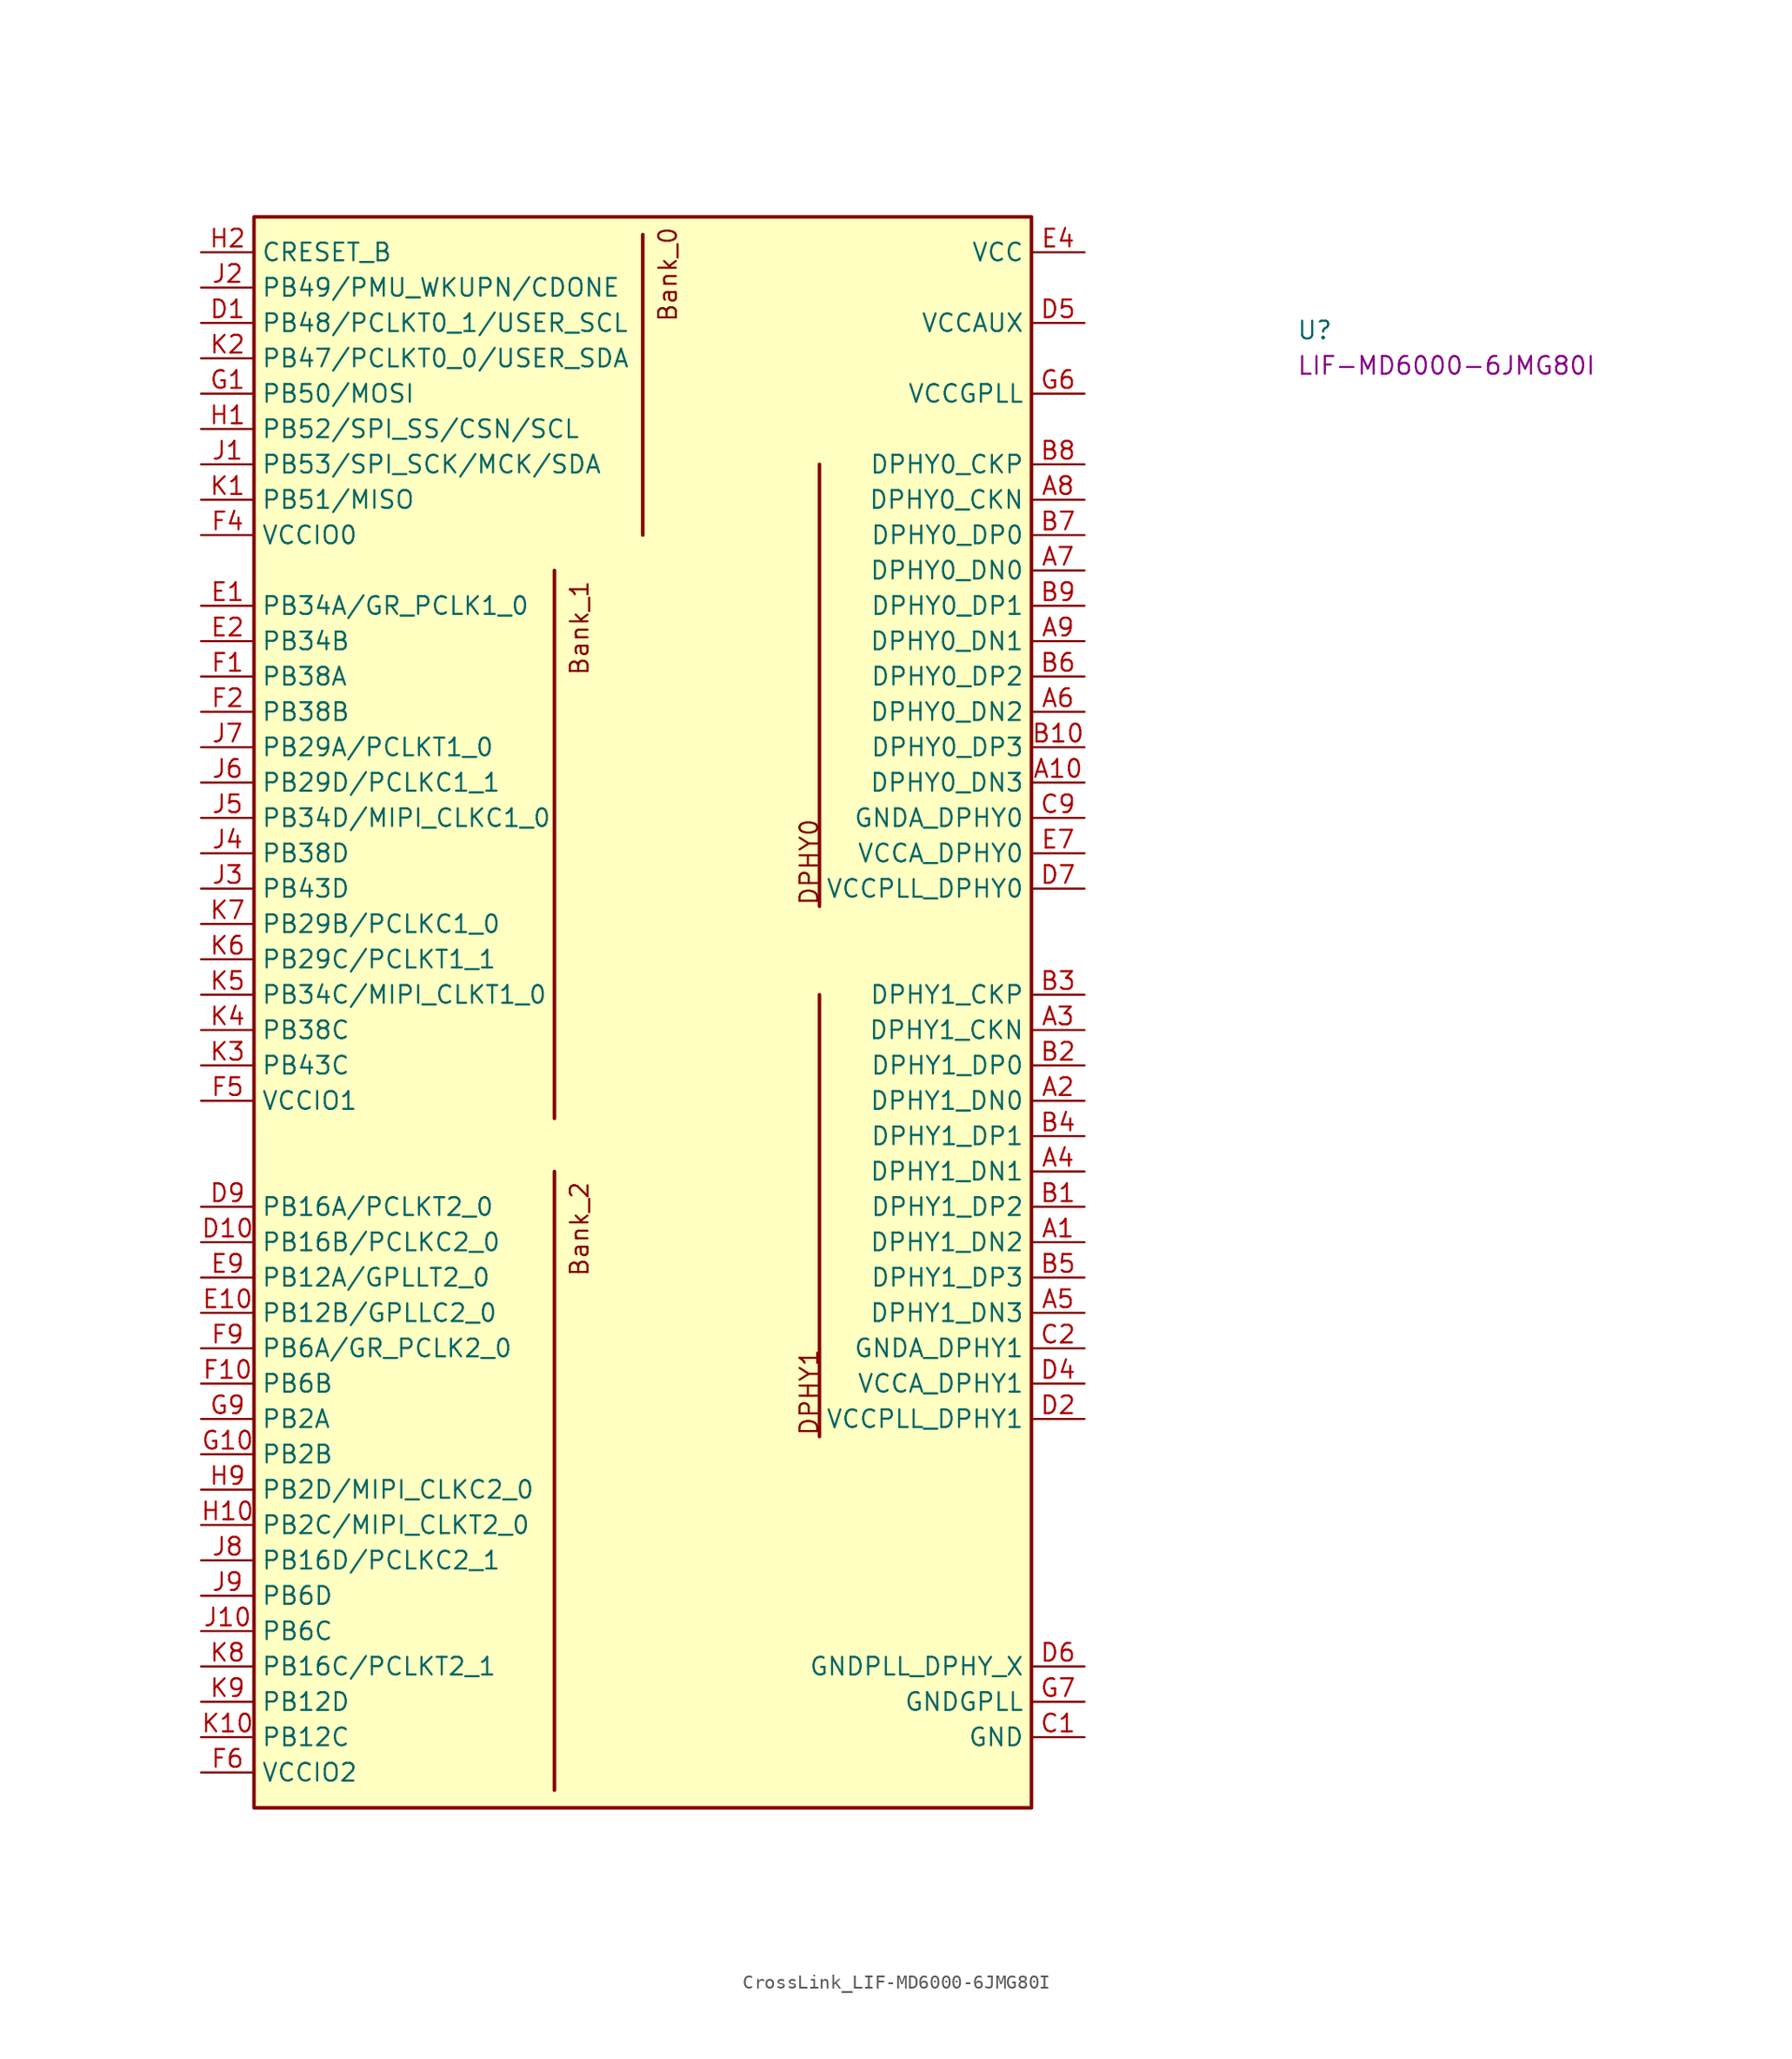
<source format=kicad_sym>
(kicad_symbol_lib
  (version 20211014)
  (generator kicad_symbol_editor)
  (symbol "CrossLink_LIF-MD6000-6JMG80I"
    (property "Reference" "U"
      (at 78.74 -6.35 0)
      (effects (font (size 1.27 1.27) (thickness 0.15)) (justify left bottom)))
    (property "MPN" "LIF-MD6000-6JMG80I"
      (at 78.74 -8.89 0)
      (effects (font (size 1.27 1.27) (thickness 0.15)) (justify left bottom)))
    (symbol "CrossLink_LIF-MD6000-6JMG80I_1_1"
      (polyline (pts (xy 25.4 -66.04) (xy 25.4 -110.49)) (stroke (width 0.254) (type default) (color 0 0 0 0)) (fill (type background)))
      (polyline (pts (xy 25.4 -22.86) (xy 25.4 -62.23)) (stroke (width 0.254) (type default) (color 0 0 0 0)) (fill (type background)))
      (polyline (pts (xy 31.75 -20.32) (xy 31.75 1.27)) (stroke (width 0.254) (type default) (color 0 0 0 0)) (fill (type background)))
      (polyline (pts (xy 44.45 -53.34) (xy 44.45 -85.09)) (stroke (width 0.254) (type default) (color 0 0 0 0)) (fill (type background)))
      (polyline (pts (xy 44.45 -46.99) (xy 44.45 -15.24)) (stroke (width 0.254) (type default) (color 0 0 0 0)) (fill (type background)))
      (rectangle (start 3.81 2.54) (end 59.69 -111.76) (stroke (width 0.254) (type default) (color 0 0 0 0)) (fill (type background)))
      (text "Bank_0" (at 34.29 -5.08 900) (effects (font (size 1.27 1.27) (thickness 0.15)) (justify left bottom)))
      (text "Bank_1" (at 27.94 -30.48 900) (effects (font (size 1.27 1.27) (thickness 0.15)) (justify left bottom)))
      (text "Bank_2" (at 27.94 -73.66 900) (effects (font (size 1.27 1.27) (thickness 0.15)) (justify left bottom)))
      (text "DPHY0" (at 44.45 -46.99 900) (effects (font (size 1.27 1.27) (thickness 0.15)) (justify left bottom)))
      (text "DPHY1" (at 44.45 -85.09 900) (effects (font (size 1.27 1.27) (thickness 0.15)) (justify left bottom)))
      (pin bidirectional line (at 63.5 -71.12 180) (length 3.81) (name "DPHY1_DN2" (effects (font (size 1.27 1.27)))) (number "A1" (effects (font (size 1.27 1.27)))))
      (pin bidirectional line (at 63.5 -38.1 180) (length 3.81) (name "DPHY0_DN3" (effects (font (size 1.27 1.27)))) (number "A10" (effects (font (size 1.27 1.27)))))
      (pin bidirectional line (at 63.5 -60.96 180) (length 3.81) (name "DPHY1_DN0" (effects (font (size 1.27 1.27)))) (number "A2" (effects (font (size 1.27 1.27)))))
      (pin bidirectional line (at 63.5 -55.88 180) (length 3.81) (name "DPHY1_CKN" (effects (font (size 1.27 1.27)))) (number "A3" (effects (font (size 1.27 1.27)))))
      (pin bidirectional line (at 63.5 -66.04 180) (length 3.81) (name "DPHY1_DN1" (effects (font (size 1.27 1.27)))) (number "A4" (effects (font (size 1.27 1.27)))))
      (pin bidirectional line (at 63.5 -76.2 180) (length 3.81) (name "DPHY1_DN3" (effects (font (size 1.27 1.27)))) (number "A5" (effects (font (size 1.27 1.27)))))
      (pin bidirectional line (at 63.5 -33.02 180) (length 3.81) (name "DPHY0_DN2" (effects (font (size 1.27 1.27)))) (number "A6" (effects (font (size 1.27 1.27)))))
      (pin bidirectional line (at 63.5 -22.86 180) (length 3.81) (name "DPHY0_DN0" (effects (font (size 1.27 1.27)))) (number "A7" (effects (font (size 1.27 1.27)))))
      (pin bidirectional line (at 63.5 -17.78 180) (length 3.81) (name "DPHY0_CKN" (effects (font (size 1.27 1.27)))) (number "A8" (effects (font (size 1.27 1.27)))))
      (pin bidirectional line (at 63.5 -27.94 180) (length 3.81) (name "DPHY0_DN1" (effects (font (size 1.27 1.27)))) (number "A9" (effects (font (size 1.27 1.27)))))
      (pin bidirectional line (at 63.5 -68.58 180) (length 3.81) (name "DPHY1_DP2" (effects (font (size 1.27 1.27)))) (number "B1" (effects (font (size 1.27 1.27)))))
      (pin bidirectional line (at 63.5 -35.56 180) (length 3.81) (name "DPHY0_DP3" (effects (font (size 1.27 1.27)))) (number "B10" (effects (font (size 1.27 1.27)))))
      (pin bidirectional line (at 63.5 -58.42 180) (length 3.81) (name "DPHY1_DP0" (effects (font (size 1.27 1.27)))) (number "B2" (effects (font (size 1.27 1.27)))))
      (pin bidirectional line (at 63.5 -53.34 180) (length 3.81) (name "DPHY1_CKP" (effects (font (size 1.27 1.27)))) (number "B3" (effects (font (size 1.27 1.27)))))
      (pin bidirectional line (at 63.5 -63.5 180) (length 3.81) (name "DPHY1_DP1" (effects (font (size 1.27 1.27)))) (number "B4" (effects (font (size 1.27 1.27)))))
      (pin bidirectional line (at 63.5 -73.66 180) (length 3.81) (name "DPHY1_DP3" (effects (font (size 1.27 1.27)))) (number "B5" (effects (font (size 1.27 1.27)))))
      (pin bidirectional line (at 63.5 -30.48 180) (length 3.81) (name "DPHY0_DP2" (effects (font (size 1.27 1.27)))) (number "B6" (effects (font (size 1.27 1.27)))))
      (pin bidirectional line (at 63.5 -20.32 180) (length 3.81) (name "DPHY0_DP0" (effects (font (size 1.27 1.27)))) (number "B7" (effects (font (size 1.27 1.27)))))
      (pin bidirectional line (at 63.5 -15.24 180) (length 3.81) (name "DPHY0_CKP" (effects (font (size 1.27 1.27)))) (number "B8" (effects (font (size 1.27 1.27)))))
      (pin bidirectional line (at 63.5 -25.4 180) (length 3.81) (name "DPHY0_DP1" (effects (font (size 1.27 1.27)))) (number "B9" (effects (font (size 1.27 1.27)))))
      (pin power_in line (at 63.5 -106.68 180) (length 3.81) (name "GND" (effects (font (size 1.27 1.27)))) (number "C1" (effects (font (size 1.27 1.27)))))
      (pin passive line (at 63.5 -106.68 180) (length 3.81) hide (name "GND" (effects (font (size 1.27 1.27)))) (number "C10" (effects (font (size 1.27 1.27)))))
      (pin power_in line (at 63.5 -78.74 180) (length 3.81) (name "GNDA_DPHY1" (effects (font (size 1.27 1.27)))) (number "C2" (effects (font (size 1.27 1.27)))))
      (pin power_in line (at 63.5 -40.64 180) (length 3.81) (name "GNDA_DPHY0" (effects (font (size 1.27 1.27)))) (number "C9" (effects (font (size 1.27 1.27)))))
      (pin bidirectional line (at 0 -5.08 0) (length 3.81) (name "PB48/PCLKT0_1/USER_SCL" (effects (font (size 1.27 1.27)))) (number "D1" (effects (font (size 1.27 1.27)))))
      (pin bidirectional line (at 0 -71.12 0) (length 3.81) (name "PB16B/PCLKC2_0" (effects (font (size 1.27 1.27)))) (number "D10" (effects (font (size 1.27 1.27)))))
      (pin power_in line (at 63.5 -83.82 180) (length 3.81) (name "VCCPLL_DPHY1" (effects (font (size 1.27 1.27)))) (number "D2" (effects (font (size 1.27 1.27)))))
      (pin power_in line (at 63.5 -81.28 180) (length 3.81) (name "VCCA_DPHY1" (effects (font (size 1.27 1.27)))) (number "D4" (effects (font (size 1.27 1.27)))))
      (pin power_in line (at 63.5 -5.08 180) (length 3.81) (name "VCCAUX" (effects (font (size 1.27 1.27)))) (number "D5" (effects (font (size 1.27 1.27)))))
      (pin power_in line (at 63.5 -101.6 180) (length 3.81) (name "GNDPLL_DPHY_X" (effects (font (size 1.27 1.27)))) (number "D6" (effects (font (size 1.27 1.27)))))
      (pin bidirectional line (at 63.5 -45.72 180) (length 3.81) (name "VCCPLL_DPHY0" (effects (font (size 1.27 1.27)))) (number "D7" (effects (font (size 1.27 1.27)))))
      (pin bidirectional line (at 0 -68.58 0) (length 3.81) (name "PB16A/PCLKT2_0" (effects (font (size 1.27 1.27)))) (number "D9" (effects (font (size 1.27 1.27)))))
      (pin input line (at 0 -25.4 0) (length 3.81) (name "PB34A/GR_PCLK1_0" (effects (font (size 1.27 1.27)))) (number "E1" (effects (font (size 1.27 1.27)))))
      (pin input line (at 0 -76.2 0) (length 3.81) (name "PB12B/GPLLC2_0" (effects (font (size 1.27 1.27)))) (number "E10" (effects (font (size 1.27 1.27)))))
      (pin bidirectional line (at 0 -27.94 0) (length 3.81) (name "PB34B" (effects (font (size 1.27 1.27)))) (number "E2" (effects (font (size 1.27 1.27)))))
      (pin power_in line (at 63.5 0 180) (length 3.81) (name "VCC" (effects (font (size 1.27 1.27)))) (number "E4" (effects (font (size 1.27 1.27)))))
      (pin passive line (at 63.5 -106.68 180) (length 3.81) hide (name "GND" (effects (font (size 1.27 1.27)))) (number "E5" (effects (font (size 1.27 1.27)))))
      (pin passive line (at 63.5 0 180) (length 3.81) hide (name "VCC" (effects (font (size 1.27 1.27)))) (number "E6" (effects (font (size 1.27 1.27)))))
      (pin power_in line (at 63.5 -43.18 180) (length 3.81) (name "VCCA_DPHY0" (effects (font (size 1.27 1.27)))) (number "E7" (effects (font (size 1.27 1.27)))))
      (pin input line (at 0 -73.66 0) (length 3.81) (name "PB12A/GPLLT2_0" (effects (font (size 1.27 1.27)))) (number "E9" (effects (font (size 1.27 1.27)))))
      (pin bidirectional line (at 0 -30.48 0) (length 3.81) (name "PB38A" (effects (font (size 1.27 1.27)))) (number "F1" (effects (font (size 1.27 1.27)))))
      (pin bidirectional line (at 0 -81.28 0) (length 3.81) (name "PB6B" (effects (font (size 1.27 1.27)))) (number "F10" (effects (font (size 1.27 1.27)))))
      (pin bidirectional line (at 0 -33.02 0) (length 3.81) (name "PB38B" (effects (font (size 1.27 1.27)))) (number "F2" (effects (font (size 1.27 1.27)))))
      (pin power_in line (at 0 -20.32 0) (length 3.81) (name "VCCIO0" (effects (font (size 1.27 1.27)))) (number "F4" (effects (font (size 1.27 1.27)))))
      (pin power_in line (at 0 -60.96 0) (length 3.81) (name "VCCIO1" (effects (font (size 1.27 1.27)))) (number "F5" (effects (font (size 1.27 1.27)))))
      (pin power_in line (at 0 -109.22 0) (length 3.81) (name "VCCIO2" (effects (font (size 1.27 1.27)))) (number "F6" (effects (font (size 1.27 1.27)))))
      (pin passive line (at 0 -109.22 0) (length 3.81) hide (name "VCCIO2" (effects (font (size 1.27 1.27)))) (number "F7" (effects (font (size 1.27 1.27)))))
      (pin input line (at 0 -78.74 0) (length 3.81) (name "PB6A/GR_PCLK2_0" (effects (font (size 1.27 1.27)))) (number "F9" (effects (font (size 1.27 1.27)))))
      (pin bidirectional line (at 0 -10.16 0) (length 3.81) (name "PB50/MOSI" (effects (font (size 1.27 1.27)))) (number "G1" (effects (font (size 1.27 1.27)))))
      (pin bidirectional line (at 0 -86.36 0) (length 3.81) (name "PB2B" (effects (font (size 1.27 1.27)))) (number "G10" (effects (font (size 1.27 1.27)))))
      (pin passive line (at 63.5 -106.68 180) (length 3.81) hide (name "GND" (effects (font (size 1.27 1.27)))) (number "G2" (effects (font (size 1.27 1.27)))))
      (pin passive line (at 0 -60.96 0) (length 3.81) hide (name "VCCIO1" (effects (font (size 1.27 1.27)))) (number "G4" (effects (font (size 1.27 1.27)))))
      (pin passive line (at 63.5 -106.68 180) (length 3.81) hide (name "GND" (effects (font (size 1.27 1.27)))) (number "G5" (effects (font (size 1.27 1.27)))))
      (pin power_in line (at 63.5 -10.16 180) (length 3.81) (name "VCCGPLL" (effects (font (size 1.27 1.27)))) (number "G6" (effects (font (size 1.27 1.27)))))
      (pin power_in line (at 63.5 -104.14 180) (length 3.81) (name "GNDGPLL" (effects (font (size 1.27 1.27)))) (number "G7" (effects (font (size 1.27 1.27)))))
      (pin bidirectional line (at 0 -83.82 0) (length 3.81) (name "PB2A" (effects (font (size 1.27 1.27)))) (number "G9" (effects (font (size 1.27 1.27)))))
      (pin bidirectional line (at 0 -12.7 0) (length 3.81) (name "PB52/SPI_SS/CSN/SCL" (effects (font (size 1.27 1.27)))) (number "H1" (effects (font (size 1.27 1.27)))))
      (pin bidirectional line (at 0 -91.44 0) (length 3.81) (name "PB2C/MIPI_CLKT2_0" (effects (font (size 1.27 1.27)))) (number "H10" (effects (font (size 1.27 1.27)))))
      (pin input line (at 0 0 0) (length 3.81) (name "CRESET_B" (effects (font (size 1.27 1.27)))) (number "H2" (effects (font (size 1.27 1.27)))))
      (pin bidirectional line (at 0 -88.9 0) (length 3.81) (name "PB2D/MIPI_CLKC2_0" (effects (font (size 1.27 1.27)))) (number "H9" (effects (font (size 1.27 1.27)))))
      (pin bidirectional line (at 0 -15.24 0) (length 3.81) (name "PB53/SPI_SCK/MCK/SDA" (effects (font (size 1.27 1.27)))) (number "J1" (effects (font (size 1.27 1.27)))))
      (pin bidirectional line (at 0 -99.06 0) (length 3.81) (name "PB6C" (effects (font (size 1.27 1.27)))) (number "J10" (effects (font (size 1.27 1.27)))))
      (pin passive line (at 0 -2.54 0) (length 3.81) (name "PB49/PMU_WKUPN/CDONE" (effects (font (size 1.27 1.27)))) (number "J2" (effects (font (size 1.27 1.27)))))
      (pin bidirectional line (at 0 -45.72 0) (length 3.81) (name "PB43D" (effects (font (size 1.27 1.27)))) (number "J3" (effects (font (size 1.27 1.27)))))
      (pin bidirectional line (at 0 -43.18 0) (length 3.81) (name "PB38D" (effects (font (size 1.27 1.27)))) (number "J4" (effects (font (size 1.27 1.27)))))
      (pin bidirectional line (at 0 -40.64 0) (length 3.81) (name "PB34D/MIPI_CLKC1_0" (effects (font (size 1.27 1.27)))) (number "J5" (effects (font (size 1.27 1.27)))))
      (pin bidirectional line (at 0 -38.1 0) (length 3.81) (name "PB29D/PCLKC1_1" (effects (font (size 1.27 1.27)))) (number "J6" (effects (font (size 1.27 1.27)))))
      (pin bidirectional line (at 0 -35.56 0) (length 3.81) (name "PB29A/PCLKT1_0" (effects (font (size 1.27 1.27)))) (number "J7" (effects (font (size 1.27 1.27)))))
      (pin bidirectional line (at 0 -93.98 0) (length 3.81) (name "PB16D/PCLKC2_1" (effects (font (size 1.27 1.27)))) (number "J8" (effects (font (size 1.27 1.27)))))
      (pin bidirectional line (at 0 -96.52 0) (length 3.81) (name "PB6D" (effects (font (size 1.27 1.27)))) (number "J9" (effects (font (size 1.27 1.27)))))
      (pin bidirectional line (at 0 -17.78 0) (length 3.81) (name "PB51/MISO" (effects (font (size 1.27 1.27)))) (number "K1" (effects (font (size 1.27 1.27)))))
      (pin bidirectional line (at 0 -106.68 0) (length 3.81) (name "PB12C" (effects (font (size 1.27 1.27)))) (number "K10" (effects (font (size 1.27 1.27)))))
      (pin bidirectional line (at 0 -7.62 0) (length 3.81) (name "PB47/PCLKT0_0/USER_SDA" (effects (font (size 1.27 1.27)))) (number "K2" (effects (font (size 1.27 1.27)))))
      (pin bidirectional line (at 0 -58.42 0) (length 3.81) (name "PB43C" (effects (font (size 1.27 1.27)))) (number "K3" (effects (font (size 1.27 1.27)))))
      (pin bidirectional line (at 0 -55.88 0) (length 3.81) (name "PB38C" (effects (font (size 1.27 1.27)))) (number "K4" (effects (font (size 1.27 1.27)))))
      (pin bidirectional line (at 0 -53.34 0) (length 3.81) (name "PB34C/MIPI_CLKT1_0" (effects (font (size 1.27 1.27)))) (number "K5" (effects (font (size 1.27 1.27)))))
      (pin bidirectional line (at 0 -50.8 0) (length 3.81) (name "PB29C/PCLKT1_1" (effects (font (size 1.27 1.27)))) (number "K6" (effects (font (size 1.27 1.27)))))
      (pin bidirectional line (at 0 -48.26 0) (length 3.81) (name "PB29B/PCLKC1_0" (effects (font (size 1.27 1.27)))) (number "K7" (effects (font (size 1.27 1.27)))))
      (pin bidirectional line (at 0 -101.6 0) (length 3.81) (name "PB16C/PCLKT2_1" (effects (font (size 1.27 1.27)))) (number "K8" (effects (font (size 1.27 1.27)))))
      (pin bidirectional line (at 0 -104.14 0) (length 3.81) (name "PB12D" (effects (font (size 1.27 1.27)))) (number "K9" (effects (font (size 1.27 1.27))))))))
</source>
